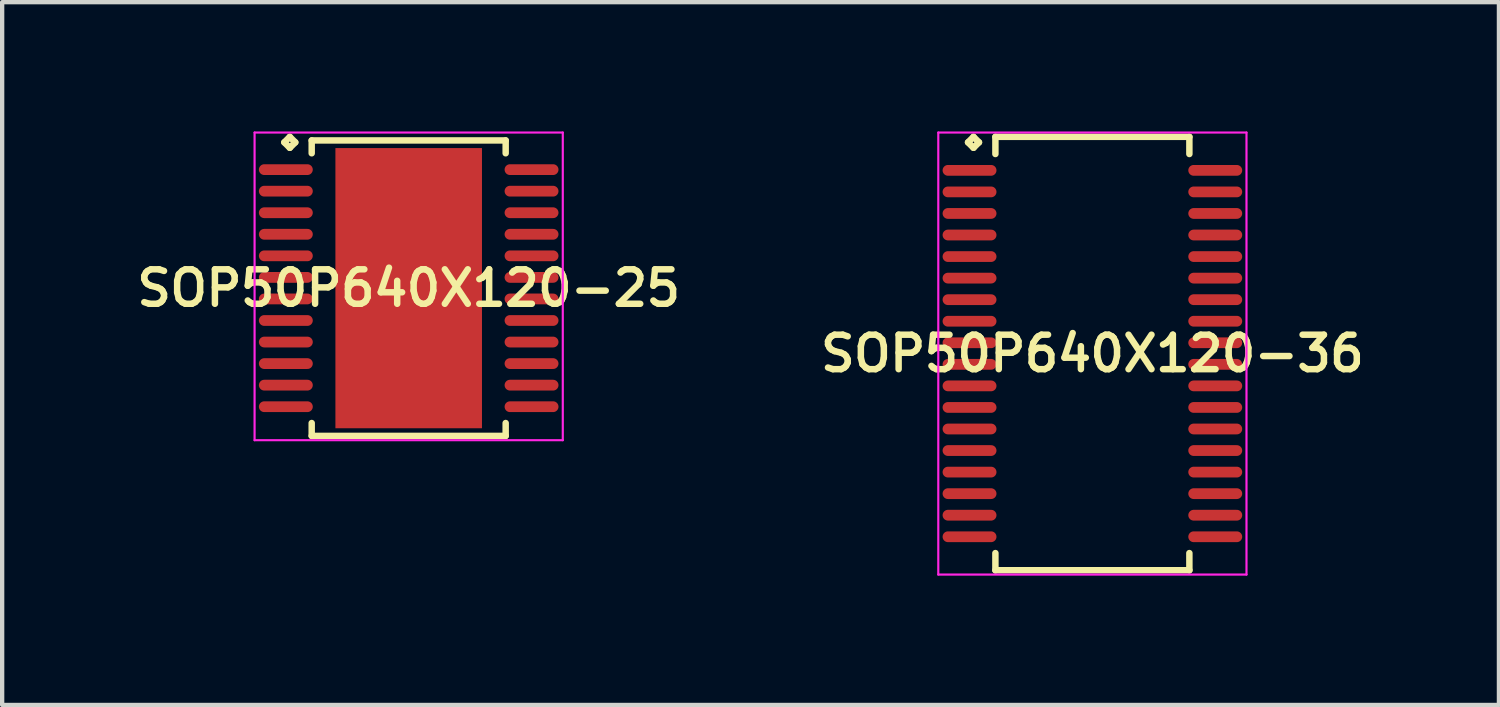
<source format=kicad_pcb>
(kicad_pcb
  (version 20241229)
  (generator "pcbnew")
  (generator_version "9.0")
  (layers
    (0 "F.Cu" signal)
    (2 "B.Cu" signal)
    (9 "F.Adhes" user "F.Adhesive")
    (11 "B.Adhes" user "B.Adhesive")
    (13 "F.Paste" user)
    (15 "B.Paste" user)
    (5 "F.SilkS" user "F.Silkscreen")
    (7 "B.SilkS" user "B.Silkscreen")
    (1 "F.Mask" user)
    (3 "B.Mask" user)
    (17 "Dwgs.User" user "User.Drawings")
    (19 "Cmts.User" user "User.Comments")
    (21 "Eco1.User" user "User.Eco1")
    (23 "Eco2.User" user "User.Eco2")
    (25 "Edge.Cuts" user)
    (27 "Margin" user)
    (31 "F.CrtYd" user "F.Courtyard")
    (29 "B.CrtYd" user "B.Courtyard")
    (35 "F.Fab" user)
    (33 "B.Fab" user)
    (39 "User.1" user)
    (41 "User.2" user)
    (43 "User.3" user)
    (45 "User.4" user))
  (footprint "SOP50P640X120-25"
    (layer "F.Cu")
    (at 6.431 3.635)
    (property "Reference" "SOP50P640X120-25" (at 0 0 0) (layer "F.SilkS") (effects (font (size 0.8 0.8) (thickness 0.15))))
    (attr smd)
    (fp_line (start -2.885 -3.383) (end -2.758 -3.51) (stroke (width 0.15) (type solid)) (layer "F.SilkS"))
    (fp_line (start -2.758 -3.51) (end -2.631 -3.383) (stroke (width 0.15) (type solid)) (layer "F.SilkS"))
    (fp_line (start -2.758 -3.256) (end -2.885 -3.383) (stroke (width 0.15) (type solid)) (layer "F.SilkS"))
    (fp_line (start -2.631 -3.383) (end -2.758 -3.256) (stroke (width 0.15) (type solid)) (layer "F.SilkS"))
    (fp_line (start -2.25 -3.427) (end 2.25 -3.427) (stroke (width 0.15) (type solid)) (layer "F.SilkS"))
    (fp_line (start -2.25 -3.129) (end -2.25 -3.427) (stroke (width 0.15) (type solid)) (layer "F.SilkS"))
    (fp_line (start -2.25 3.129) (end -2.25 3.427) (stroke (width 0.15) (type solid)) (layer "F.SilkS"))
    (fp_line (start -2.25 3.427) (end 2.25 3.427) (stroke (width 0.15) (type solid)) (layer "F.SilkS"))
    (fp_line (start 2.25 -3.427) (end 2.25 -3.129) (stroke (width 0.15) (type solid)) (layer "F.SilkS"))
    (fp_line (start 2.25 3.427) (end 2.25 3.129) (stroke (width 0.15) (type solid)) (layer "F.SilkS"))
    (fp_line (start -3.575 -3.61) (end 3.575 -3.61) (stroke (width 0.05) (type solid)) (layer "F.CrtYd"))
    (fp_line (start -3.575 3.527) (end -3.575 -3.61) (stroke (width 0.05) (type solid)) (layer "F.CrtYd"))
    (fp_line (start 3.575 -3.61) (end 3.575 3.527) (stroke (width 0.05) (type solid)) (layer "F.CrtYd"))
    (fp_line (start 3.575 3.527) (end -3.575 3.527) (stroke (width 0.05) (type solid)) (layer "F.CrtYd"))
    (pad "1" smd oval (at -2.85 -2.75) (size 1.25 0.25) (layers "F.Cu" "F.Mask" "F.Paste"))
    (pad "2" smd oval (at -2.85 -2.25) (size 1.25 0.25) (layers "F.Cu" "F.Mask" "F.Paste"))
    (pad "3" smd oval (at -2.85 -1.75) (size 1.25 0.25) (layers "F.Cu" "F.Mask" "F.Paste"))
    (pad "4" smd oval (at -2.85 -1.25) (size 1.25 0.25) (layers "F.Cu" "F.Mask" "F.Paste"))
    (pad "5" smd oval (at -2.85 -0.75) (size 1.25 0.25) (layers "F.Cu" "F.Mask" "F.Paste"))
    (pad "6" smd oval (at -2.85 -0.25) (size 1.25 0.25) (layers "F.Cu" "F.Mask" "F.Paste"))
    (pad "7" smd oval (at -2.85 0.25) (size 1.25 0.25) (layers "F.Cu" "F.Mask" "F.Paste"))
    (pad "8" smd oval (at -2.85 0.75) (size 1.25 0.25) (layers "F.Cu" "F.Mask" "F.Paste"))
    (pad "9" smd oval (at -2.85 1.25) (size 1.25 0.25) (layers "F.Cu" "F.Mask" "F.Paste"))
    (pad "10" smd oval (at -2.85 1.75) (size 1.25 0.25) (layers "F.Cu" "F.Mask" "F.Paste"))
    (pad "11" smd oval (at -2.85 2.25) (size 1.25 0.25) (layers "F.Cu" "F.Mask" "F.Paste"))
    (pad "12" smd oval (at -2.85 2.75) (size 1.25 0.25) (layers "F.Cu" "F.Mask" "F.Paste"))
    (pad "13" smd oval (at 2.85 2.75) (size 1.25 0.25) (layers "F.Cu" "F.Mask" "F.Paste"))
    (pad "14" smd oval (at 2.85 2.25) (size 1.25 0.25) (layers "F.Cu" "F.Mask" "F.Paste"))
    (pad "15" smd oval (at 2.85 1.75) (size 1.25 0.25) (layers "F.Cu" "F.Mask" "F.Paste"))
    (pad "16" smd oval (at 2.85 1.25) (size 1.25 0.25) (layers "F.Cu" "F.Mask" "F.Paste"))
    (pad "17" smd oval (at 2.85 0.75) (size 1.25 0.25) (layers "F.Cu" "F.Mask" "F.Paste"))
    (pad "18" smd oval (at 2.85 0.25) (size 1.25 0.25) (layers "F.Cu" "F.Mask" "F.Paste"))
    (pad "19" smd oval (at 2.85 -0.25) (size 1.25 0.25) (layers "F.Cu" "F.Mask" "F.Paste"))
    (pad "20" smd oval (at 2.85 -0.75) (size 1.25 0.25) (layers "F.Cu" "F.Mask" "F.Paste"))
    (pad "21" smd oval (at 2.85 -1.25) (size 1.25 0.25) (layers "F.Cu" "F.Mask" "F.Paste"))
    (pad "22" smd oval (at 2.85 -1.75) (size 1.25 0.25) (layers "F.Cu" "F.Mask" "F.Paste"))
    (pad "23" smd oval (at 2.85 -2.25) (size 1.25 0.25) (layers "F.Cu" "F.Mask" "F.Paste"))
    (pad "24" smd oval (at 2.85 -2.75) (size 1.25 0.25) (layers "F.Cu" "F.Mask" "F.Paste"))
    (pad "25" smd rect (at 0 0) (size 3.4 6.5) (layers "F.Cu" "F.Mask" "F.Paste")))
  (footprint "SOP50P640X120-36"
    (layer "F.Cu")
    (at 22.292 5.152)
    (property "Reference" "SOP50P640X120-36" (at 0 0 0) (layer "F.SilkS") (effects (font (size 0.8 0.8) (thickness 0.15))))
    (attr smd)
    (fp_line (start -2.885 -4.9) (end -2.758 -5.027) (stroke (width 0.15) (type solid)) (layer "F.SilkS"))
    (fp_line (start -2.758 -5.027) (end -2.631 -4.9) (stroke (width 0.15) (type solid)) (layer "F.SilkS"))
    (fp_line (start -2.758 -4.773) (end -2.885 -4.9) (stroke (width 0.15) (type solid)) (layer "F.SilkS"))
    (fp_line (start -2.631 -4.9) (end -2.758 -4.773) (stroke (width 0.15) (type solid)) (layer "F.SilkS"))
    (fp_line (start -2.25 -5.027) (end 2.25 -5.027) (stroke (width 0.15) (type solid)) (layer "F.SilkS"))
    (fp_line (start -2.25 -4.629) (end -2.25 -5.027) (stroke (width 0.15) (type solid)) (layer "F.SilkS"))
    (fp_line (start -2.25 4.629) (end -2.25 5.027) (stroke (width 0.15) (type solid)) (layer "F.SilkS"))
    (fp_line (start -2.25 5.027) (end 2.25 5.027) (stroke (width 0.15) (type solid)) (layer "F.SilkS"))
    (fp_line (start 2.25 -5.027) (end 2.25 -4.629) (stroke (width 0.15) (type solid)) (layer "F.SilkS"))
    (fp_line (start 2.25 5.027) (end 2.25 4.629) (stroke (width 0.15) (type solid)) (layer "F.SilkS"))
    (fp_line (start -3.575 -5.127) (end 3.575 -5.127) (stroke (width 0.05) (type solid)) (layer "F.CrtYd"))
    (fp_line (start -3.575 5.127) (end -3.575 -5.127) (stroke (width 0.05) (type solid)) (layer "F.CrtYd"))
    (fp_line (start 3.575 -5.127) (end 3.575 5.127) (stroke (width 0.05) (type solid)) (layer "F.CrtYd"))
    (fp_line (start 3.575 5.127) (end -3.575 5.127) (stroke (width 0.05) (type solid)) (layer "F.CrtYd"))
    (pad "1" smd oval (at -2.85 -4.25) (size 1.25 0.25) (layers "F.Cu" "F.Mask" "F.Paste"))
    (pad "2" smd oval (at -2.85 -3.75) (size 1.25 0.25) (layers "F.Cu" "F.Mask" "F.Paste"))
    (pad "3" smd oval (at -2.85 -3.25) (size 1.25 0.25) (layers "F.Cu" "F.Mask" "F.Paste"))
    (pad "4" smd oval (at -2.85 -2.75) (size 1.25 0.25) (layers "F.Cu" "F.Mask" "F.Paste"))
    (pad "5" smd oval (at -2.85 -2.25) (size 1.25 0.25) (layers "F.Cu" "F.Mask" "F.Paste"))
    (pad "6" smd oval (at -2.85 -1.75) (size 1.25 0.25) (layers "F.Cu" "F.Mask" "F.Paste"))
    (pad "7" smd oval (at -2.85 -1.25) (size 1.25 0.25) (layers "F.Cu" "F.Mask" "F.Paste"))
    (pad "8" smd oval (at -2.85 -0.75) (size 1.25 0.25) (layers "F.Cu" "F.Mask" "F.Paste"))
    (pad "9" smd oval (at -2.85 -0.25) (size 1.25 0.25) (layers "F.Cu" "F.Mask" "F.Paste"))
    (pad "10" smd oval (at -2.85 0.25) (size 1.25 0.25) (layers "F.Cu" "F.Mask" "F.Paste"))
    (pad "11" smd oval (at -2.85 0.75) (size 1.25 0.25) (layers "F.Cu" "F.Mask" "F.Paste"))
    (pad "12" smd oval (at -2.85 1.25) (size 1.25 0.25) (layers "F.Cu" "F.Mask" "F.Paste"))
    (pad "13" smd oval (at -2.85 1.75) (size 1.25 0.25) (layers "F.Cu" "F.Mask" "F.Paste"))
    (pad "14" smd oval (at -2.85 2.25) (size 1.25 0.25) (layers "F.Cu" "F.Mask" "F.Paste"))
    (pad "15" smd oval (at -2.85 2.75) (size 1.25 0.25) (layers "F.Cu" "F.Mask" "F.Paste"))
    (pad "16" smd oval (at -2.85 3.25) (size 1.25 0.25) (layers "F.Cu" "F.Mask" "F.Paste"))
    (pad "17" smd oval (at -2.85 3.75) (size 1.25 0.25) (layers "F.Cu" "F.Mask" "F.Paste"))
    (pad "18" smd oval (at -2.85 4.25) (size 1.25 0.25) (layers "F.Cu" "F.Mask" "F.Paste"))
    (pad "19" smd oval (at 2.85 4.25) (size 1.25 0.25) (layers "F.Cu" "F.Mask" "F.Paste"))
    (pad "20" smd oval (at 2.85 3.75) (size 1.25 0.25) (layers "F.Cu" "F.Mask" "F.Paste"))
    (pad "21" smd oval (at 2.85 3.25) (size 1.25 0.25) (layers "F.Cu" "F.Mask" "F.Paste"))
    (pad "22" smd oval (at 2.85 2.75) (size 1.25 0.25) (layers "F.Cu" "F.Mask" "F.Paste"))
    (pad "23" smd oval (at 2.85 2.25) (size 1.25 0.25) (layers "F.Cu" "F.Mask" "F.Paste"))
    (pad "24" smd oval (at 2.85 1.75) (size 1.25 0.25) (layers "F.Cu" "F.Mask" "F.Paste"))
    (pad "25" smd oval (at 2.85 1.25) (size 1.25 0.25) (layers "F.Cu" "F.Mask" "F.Paste"))
    (pad "26" smd oval (at 2.85 0.75) (size 1.25 0.25) (layers "F.Cu" "F.Mask" "F.Paste"))
    (pad "27" smd oval (at 2.85 0.25) (size 1.25 0.25) (layers "F.Cu" "F.Mask" "F.Paste"))
    (pad "28" smd oval (at 2.85 -0.25) (size 1.25 0.25) (layers "F.Cu" "F.Mask" "F.Paste"))
    (pad "29" smd oval (at 2.85 -0.75) (size 1.25 0.25) (layers "F.Cu" "F.Mask" "F.Paste"))
    (pad "30" smd oval (at 2.85 -1.25) (size 1.25 0.25) (layers "F.Cu" "F.Mask" "F.Paste"))
    (pad "31" smd oval (at 2.85 -1.75) (size 1.25 0.25) (layers "F.Cu" "F.Mask" "F.Paste"))
    (pad "32" smd oval (at 2.85 -2.25) (size 1.25 0.25) (layers "F.Cu" "F.Mask" "F.Paste"))
    (pad "33" smd oval (at 2.85 -2.75) (size 1.25 0.25) (layers "F.Cu" "F.Mask" "F.Paste"))
    (pad "34" smd oval (at 2.85 -3.25) (size 1.25 0.25) (layers "F.Cu" "F.Mask" "F.Paste"))
    (pad "35" smd oval (at 2.85 -3.75) (size 1.25 0.25) (layers "F.Cu" "F.Mask" "F.Paste"))
    (pad "36" smd oval (at 2.85 -4.25) (size 1.25 0.25) (layers "F.Cu" "F.Mask" "F.Paste")))
  (gr_rect
    (start -3 -3)
    (end 31.723 13.304)
    (stroke (width 0.1) (type default))
    (fill no)
    (layer "Edge.Cuts")))
</source>
